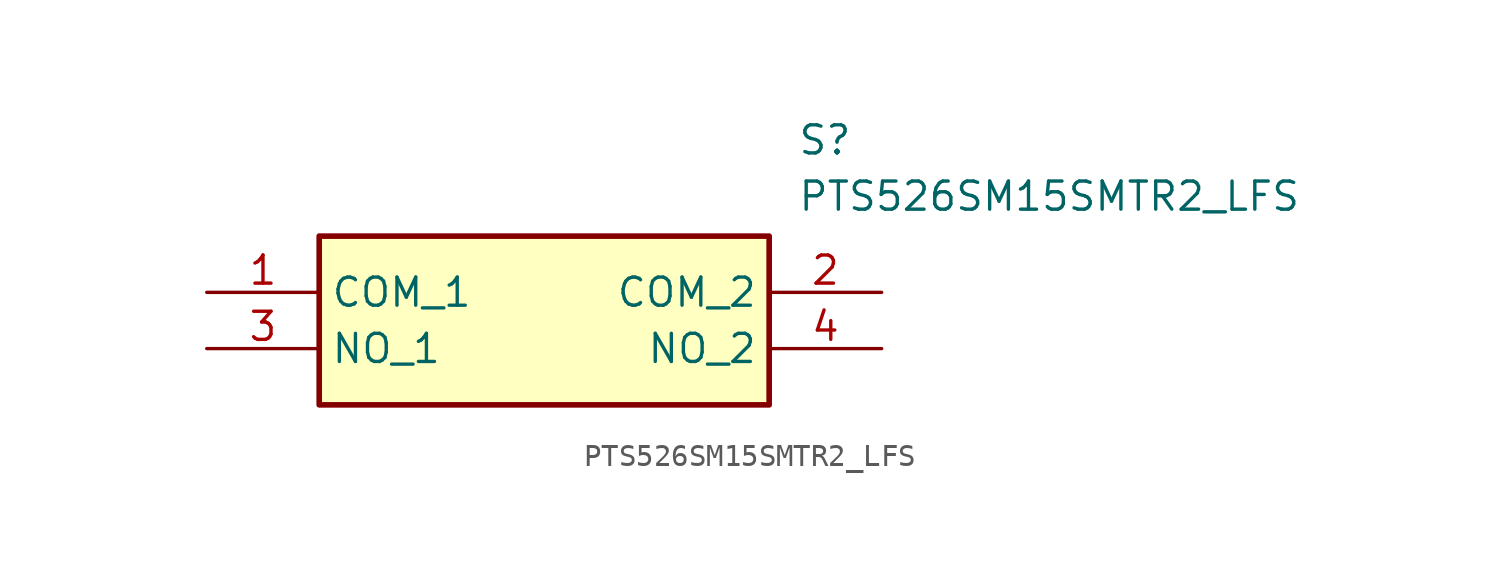
<source format=kicad_sym>
(kicad_symbol_lib
  (version 20211014)
  (generator SamacSys_ECAD_Model)
  (symbol "PTS526SM15SMTR2_LFS"
    (property "Reference" "S"
      (at 26.67 7.62 0)
      (effects (font (size 1.27 1.27)) (justify left top)))
    (property "Value" "PTS526SM15SMTR2_LFS"
      (at 26.67 5.08 0)
      (effects (font (size 1.27 1.27)) (justify left top)))
    (rectangle
      (start 5.08 2.54)
      (end 25.4 -5.08)
      (stroke (width 0.254) (type default))
      (fill (type background)))
    (pin passive line
      (at 0 0 0)
      (length 5.08)
      (name "COM_1" (effects (font (size 1.27 1.27))))
      (number "1" (effects (font (size 1.27 1.27)))))
    (pin passive line
      (at 30.48 0 180)
      (length 5.08)
      (name "COM_2" (effects (font (size 1.27 1.27))))
      (number "2" (effects (font (size 1.27 1.27)))))
    (pin passive line
      (at 0 -2.54 0)
      (length 5.08)
      (name "NO_1" (effects (font (size 1.27 1.27))))
      (number "3" (effects (font (size 1.27 1.27)))))
    (pin passive line
      (at 30.48 -2.54 180)
      (length 5.08)
      (name "NO_2" (effects (font (size 1.27 1.27))))
      (number "4" (effects (font (size 1.27 1.27)))))))
</source>
